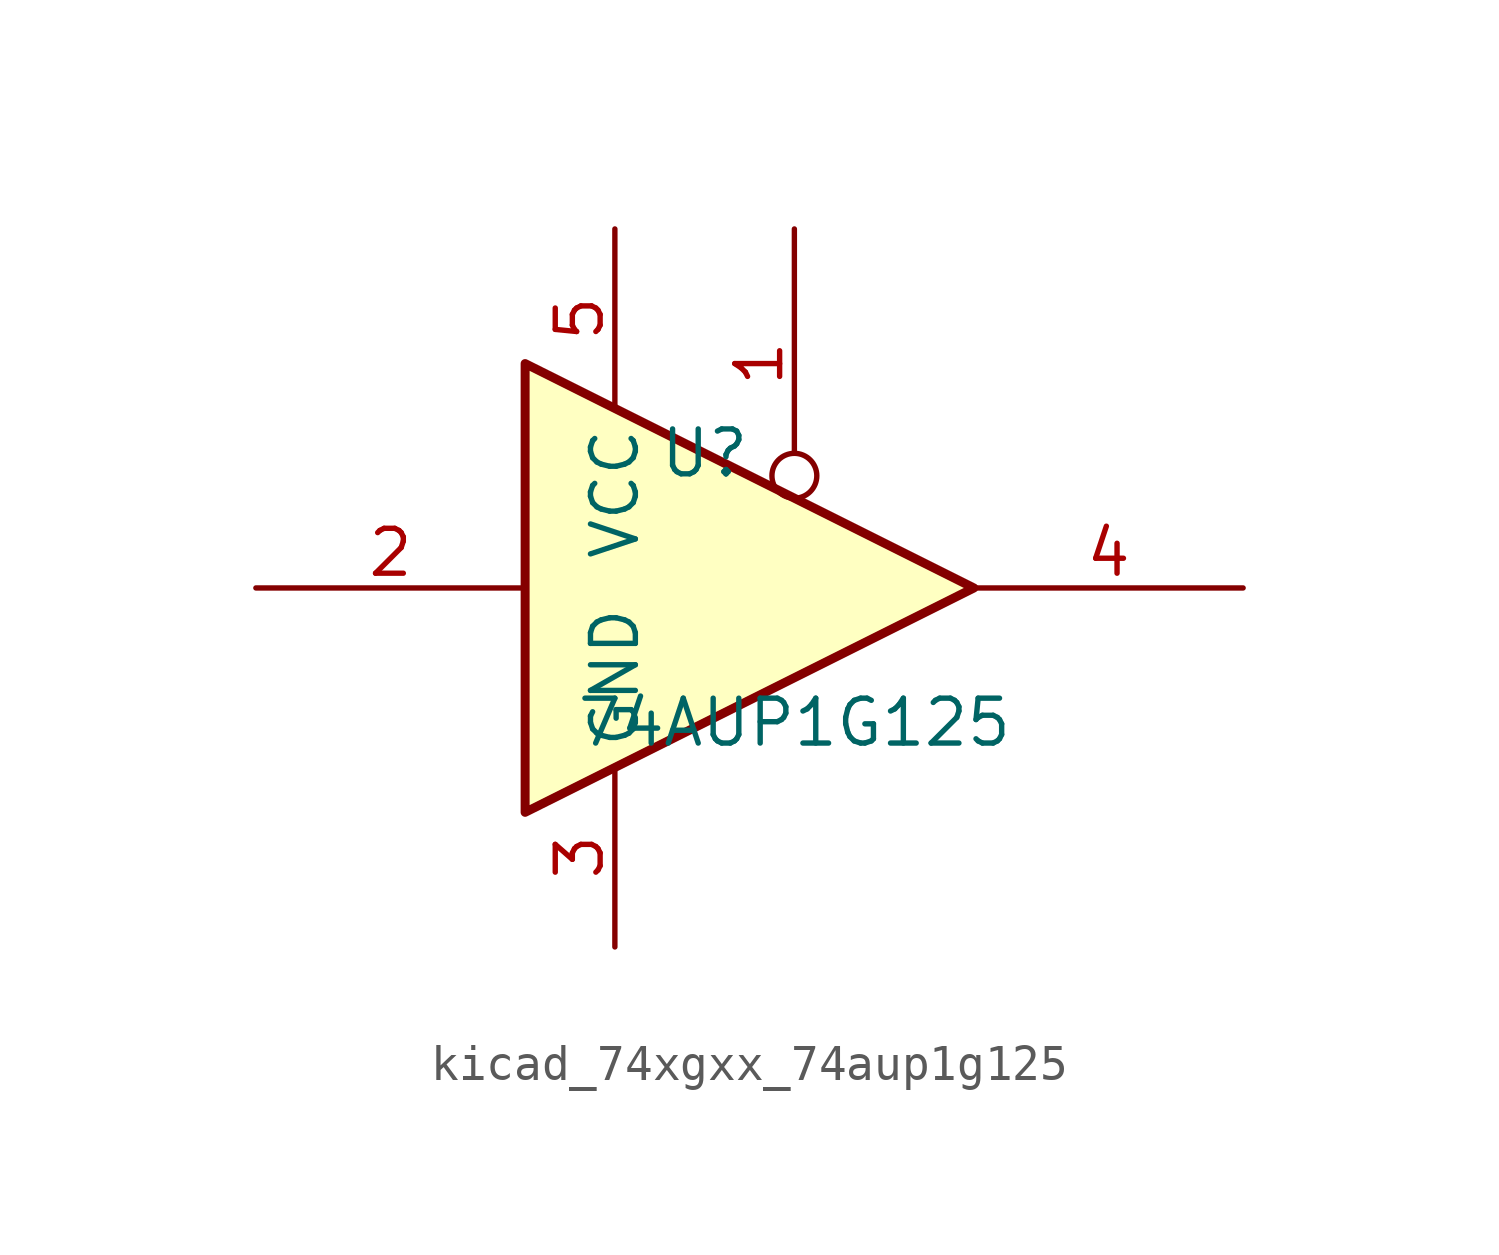
<source format=kicad_sym>
(kicad_symbol_lib
  (version 20220914)
  (generator kicad_symbol_editor)
  (symbol "kicad_74xgxx_74aup1g125"
    (property "Reference" "U"
      (at -2.54 3.81 0)
      (effects (font (size 1.27 1.27))))
    (property "Value" "74AUP1G125"
      (at 0 -3.81 0)
      (effects (font (size 1.27 1.27))))
    (symbol "kicad_74xgxx_74aup1g125_0_1"
      (polyline (pts (xy -7.62 6.35) (xy -7.62 -6.35) (xy 5.08 0) (xy -7.62 6.35)) (stroke (width 0.254) (type default)) (fill (type background))))
    (symbol "kicad_74xgxx_74aup1g125_1_1"
      (pin input inverted (at 0 10.16 270) (length 7.62) (name "~" (effects (font (size 1.27 1.27)))) (number "1" (effects (font (size 1.27 1.27)))))
      (pin input line (at -15.24 0 0) (length 7.62) (name "~" (effects (font (size 1.27 1.27)))) (number "2" (effects (font (size 1.27 1.27)))))
      (pin power_in line (at -5.08 -10.16 90) (length 5.08) (name "GND" (effects (font (size 1.27 1.27)))) (number "3" (effects (font (size 1.27 1.27)))))
      (pin tri_state line (at 12.7 0 180) (length 7.62) (name "~" (effects (font (size 1.27 1.27)))) (number "4" (effects (font (size 1.27 1.27)))))
      (pin power_in line (at -5.08 10.16 270) (length 5.08) (name "VCC" (effects (font (size 1.27 1.27)))) (number "5" (effects (font (size 1.27 1.27))))))))
</source>
